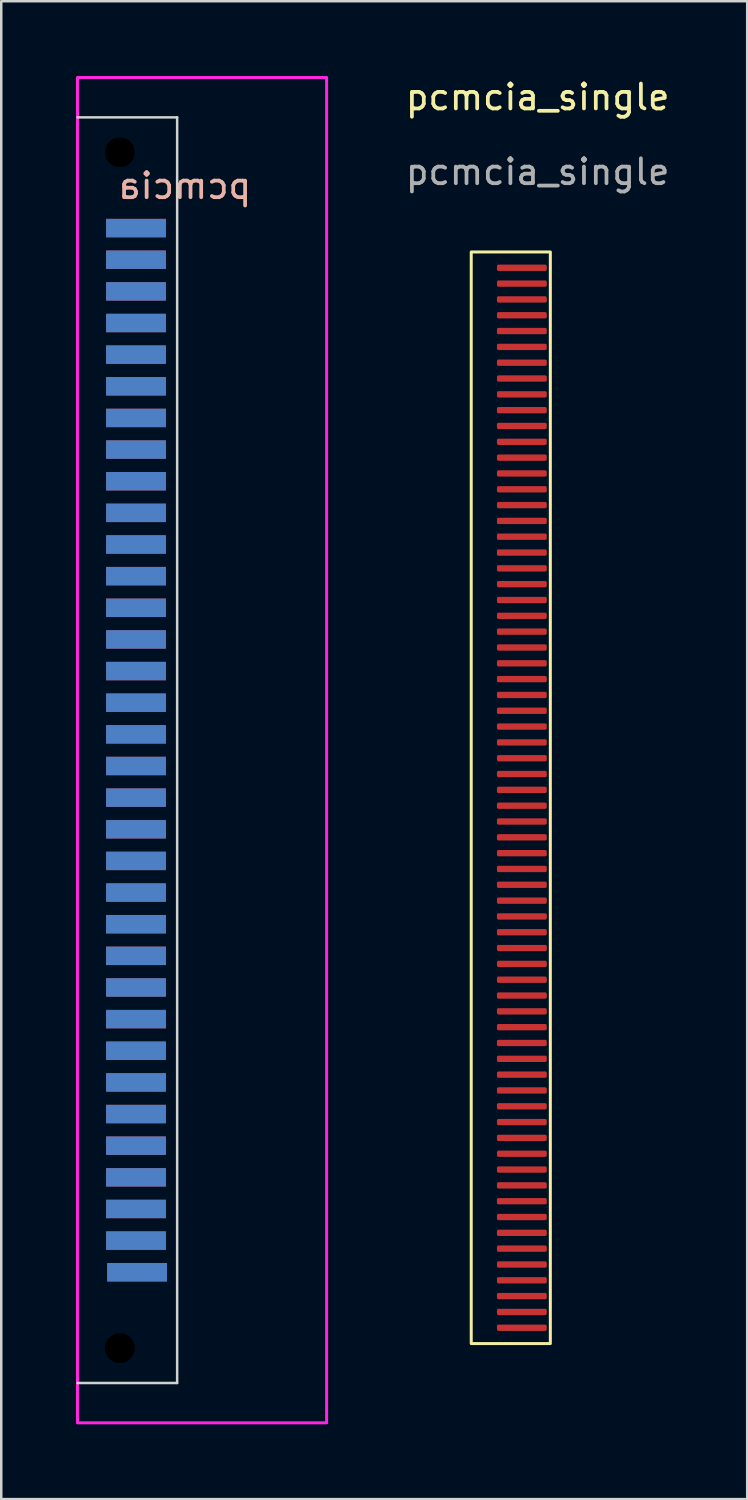
<source format=kicad_pcb>
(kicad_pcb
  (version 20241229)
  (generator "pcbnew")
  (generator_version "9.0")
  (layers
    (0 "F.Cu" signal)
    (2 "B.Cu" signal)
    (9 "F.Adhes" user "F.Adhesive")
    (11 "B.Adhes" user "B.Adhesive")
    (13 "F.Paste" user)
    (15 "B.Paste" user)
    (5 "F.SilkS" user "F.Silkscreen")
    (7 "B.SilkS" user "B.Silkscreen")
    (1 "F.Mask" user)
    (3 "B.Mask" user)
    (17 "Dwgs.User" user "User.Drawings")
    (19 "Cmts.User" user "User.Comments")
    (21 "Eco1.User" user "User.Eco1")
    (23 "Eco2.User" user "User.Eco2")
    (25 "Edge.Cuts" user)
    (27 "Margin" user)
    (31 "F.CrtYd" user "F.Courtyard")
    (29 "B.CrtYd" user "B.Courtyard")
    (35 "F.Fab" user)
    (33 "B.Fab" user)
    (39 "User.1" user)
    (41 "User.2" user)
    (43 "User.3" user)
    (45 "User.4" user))
  (footprint "pcmcia_single"
    (layer "F.Cu")
    (at 18.531 1.348)
    (property "Reference" "pcmcia_single" (at 0 -0.5 0) (unlocked yes) (layer "F.SilkS") (effects (font (size 1 1) (thickness 0.15))))
    (attr smd)
    (fp_rect (start -2.667 5.715) (end 0.508 49.53) (stroke (width 0.12) (type solid)) (fill no) (layer "F.SilkS"))
    (fp_text user "${REFERENCE}" (at 0 2.5 0) (unlocked yes) (layer "F.Fab") (effects (font (size 1 1) (thickness 0.15))))
    (pad "1" smd roundrect (at -0.635 6.35) (size 2 0.254) (layers "F.Cu" "F.Mask" "F.Paste") (roundrect_rratio 0.25))
    (pad "2" smd roundrect (at -0.635 6.985) (size 2 0.254) (layers "F.Cu" "F.Mask" "F.Paste") (roundrect_rratio 0.25))
    (pad "3" smd roundrect (at -0.635 7.62) (size 2 0.254) (layers "F.Cu" "F.Mask" "F.Paste") (roundrect_rratio 0.25))
    (pad "4" smd roundrect (at -0.635 8.255) (size 2 0.254) (layers "F.Cu" "F.Mask" "F.Paste") (roundrect_rratio 0.25))
    (pad "5" smd roundrect (at -0.635 8.89) (size 2 0.254) (layers "F.Cu" "F.Mask" "F.Paste") (roundrect_rratio 0.25))
    (pad "6" smd roundrect (at -0.635 9.525) (size 2 0.254) (layers "F.Cu" "F.Mask" "F.Paste") (roundrect_rratio 0.25))
    (pad "7" smd roundrect (at -0.635 10.16) (size 2 0.254) (layers "F.Cu" "F.Mask" "F.Paste") (roundrect_rratio 0.25))
    (pad "8" smd roundrect (at -0.635 10.795) (size 2 0.254) (layers "F.Cu" "F.Mask" "F.Paste") (roundrect_rratio 0.25))
    (pad "9" smd roundrect (at -0.635 11.43) (size 2 0.254) (layers "F.Cu" "F.Mask" "F.Paste") (roundrect_rratio 0.25))
    (pad "10" smd roundrect (at -0.635 12.065) (size 2 0.254) (layers "F.Cu" "F.Mask" "F.Paste") (roundrect_rratio 0.25))
    (pad "11" smd roundrect (at -0.635 12.7) (size 2 0.254) (layers "F.Cu" "F.Mask" "F.Paste") (roundrect_rratio 0.25))
    (pad "12" smd roundrect (at -0.635 13.335) (size 2 0.254) (layers "F.Cu" "F.Mask" "F.Paste") (roundrect_rratio 0.25))
    (pad "13" smd roundrect (at -0.635 13.97) (size 2 0.254) (layers "F.Cu" "F.Mask" "F.Paste") (roundrect_rratio 0.25))
    (pad "14" smd roundrect (at -0.635 14.605) (size 2 0.254) (layers "F.Cu" "F.Mask" "F.Paste") (roundrect_rratio 0.25))
    (pad "15" smd roundrect (at -0.635 15.24) (size 2 0.254) (layers "F.Cu" "F.Mask" "F.Paste") (roundrect_rratio 0.25))
    (pad "16" smd roundrect (at -0.635 15.875) (size 2 0.254) (layers "F.Cu" "F.Mask" "F.Paste") (roundrect_rratio 0.25))
    (pad "17" smd roundrect (at -0.635 16.51) (size 2 0.254) (layers "F.Cu" "F.Mask" "F.Paste") (roundrect_rratio 0.25))
    (pad "18" smd roundrect (at -0.635 17.145) (size 2 0.254) (layers "F.Cu" "F.Mask" "F.Paste") (roundrect_rratio 0.25))
    (pad "19" smd roundrect (at -0.635 17.78) (size 2 0.254) (layers "F.Cu" "F.Mask" "F.Paste") (roundrect_rratio 0.25))
    (pad "20" smd roundrect (at -0.635 18.415) (size 2 0.254) (layers "F.Cu" "F.Mask" "F.Paste") (roundrect_rratio 0.25))
    (pad "21" smd roundrect (at -0.635 19.05) (size 2 0.254) (layers "F.Cu" "F.Mask" "F.Paste") (roundrect_rratio 0.25))
    (pad "22" smd roundrect (at -0.635 19.685) (size 2 0.254) (layers "F.Cu" "F.Mask" "F.Paste") (roundrect_rratio 0.25))
    (pad "23" smd roundrect (at -0.635 20.32) (size 2 0.254) (layers "F.Cu" "F.Mask" "F.Paste") (roundrect_rratio 0.25))
    (pad "24" smd roundrect (at -0.635 20.955) (size 2 0.254) (layers "F.Cu" "F.Mask" "F.Paste") (roundrect_rratio 0.25))
    (pad "25" smd roundrect (at -0.635 21.59) (size 2 0.254) (layers "F.Cu" "F.Mask" "F.Paste") (roundrect_rratio 0.25))
    (pad "26" smd roundrect (at -0.635 22.225) (size 2 0.254) (layers "F.Cu" "F.Mask" "F.Paste") (roundrect_rratio 0.25))
    (pad "27" smd roundrect (at -0.635 22.86) (size 2 0.254) (layers "F.Cu" "F.Mask" "F.Paste") (roundrect_rratio 0.25))
    (pad "28" smd roundrect (at -0.635 23.495) (size 2 0.254) (layers "F.Cu" "F.Mask" "F.Paste") (roundrect_rratio 0.25))
    (pad "29" smd roundrect (at -0.635 24.13) (size 2 0.254) (layers "F.Cu" "F.Mask" "F.Paste") (roundrect_rratio 0.25))
    (pad "30" smd roundrect (at -0.635 24.765) (size 2 0.254) (layers "F.Cu" "F.Mask" "F.Paste") (roundrect_rratio 0.25))
    (pad "31" smd roundrect (at -0.635 25.4) (size 2 0.254) (layers "F.Cu" "F.Mask" "F.Paste") (roundrect_rratio 0.25))
    (pad "32" smd roundrect (at -0.635 26.035) (size 2 0.254) (layers "F.Cu" "F.Mask" "F.Paste") (roundrect_rratio 0.25))
    (pad "33" smd roundrect (at -0.635 26.67) (size 2 0.254) (layers "F.Cu" "F.Mask" "F.Paste") (roundrect_rratio 0.25))
    (pad "34" smd roundrect (at -0.635 27.305) (size 2 0.254) (layers "F.Cu" "F.Mask" "F.Paste") (roundrect_rratio 0.25))
    (pad "35" smd roundrect (at -0.635 27.94) (size 2 0.254) (layers "F.Cu" "F.Mask" "F.Paste") (roundrect_rratio 0.25))
    (pad "36" smd roundrect (at -0.635 28.575) (size 2 0.254) (layers "F.Cu" "F.Mask" "F.Paste") (roundrect_rratio 0.25))
    (pad "37" smd roundrect (at -0.635 29.21) (size 2 0.254) (layers "F.Cu" "F.Mask" "F.Paste") (roundrect_rratio 0.25))
    (pad "38" smd roundrect (at -0.635 29.845) (size 2 0.254) (layers "F.Cu" "F.Mask" "F.Paste") (roundrect_rratio 0.25))
    (pad "39" smd roundrect (at -0.635 30.48) (size 2 0.254) (layers "F.Cu" "F.Mask" "F.Paste") (roundrect_rratio 0.25))
    (pad "40" smd roundrect (at -0.635 31.115) (size 2 0.254) (layers "F.Cu" "F.Mask" "F.Paste") (roundrect_rratio 0.25))
    (pad "41" smd roundrect (at -0.635 31.75) (size 2 0.254) (layers "F.Cu" "F.Mask" "F.Paste") (roundrect_rratio 0.25))
    (pad "42" smd roundrect (at -0.635 32.385) (size 2 0.254) (layers "F.Cu" "F.Mask" "F.Paste") (roundrect_rratio 0.25))
    (pad "43" smd roundrect (at -0.635 33.02) (size 2 0.254) (layers "F.Cu" "F.Mask" "F.Paste") (roundrect_rratio 0.25))
    (pad "44" smd roundrect (at -0.635 33.655) (size 2 0.254) (layers "F.Cu" "F.Mask" "F.Paste") (roundrect_rratio 0.25))
    (pad "45" smd roundrect (at -0.635 34.29) (size 2 0.254) (layers "F.Cu" "F.Mask" "F.Paste") (roundrect_rratio 0.25))
    (pad "46" smd roundrect (at -0.635 34.925) (size 2 0.254) (layers "F.Cu" "F.Mask" "F.Paste") (roundrect_rratio 0.25))
    (pad "47" smd roundrect (at -0.635 35.56) (size 2 0.254) (layers "F.Cu" "F.Mask" "F.Paste") (roundrect_rratio 0.25))
    (pad "48" smd roundrect (at -0.635 36.195) (size 2 0.254) (layers "F.Cu" "F.Mask" "F.Paste") (roundrect_rratio 0.25))
    (pad "49" smd roundrect (at -0.635 36.83) (size 2 0.254) (layers "F.Cu" "F.Mask" "F.Paste") (roundrect_rratio 0.25))
    (pad "50" smd roundrect (at -0.635 37.465) (size 2 0.254) (layers "F.Cu" "F.Mask" "F.Paste") (roundrect_rratio 0.25))
    (pad "51" smd roundrect (at -0.635 38.1) (size 2 0.254) (layers "F.Cu" "F.Mask" "F.Paste") (roundrect_rratio 0.25))
    (pad "52" smd roundrect (at -0.635 38.735) (size 2 0.254) (layers "F.Cu" "F.Mask" "F.Paste") (roundrect_rratio 0.25))
    (pad "53" smd roundrect (at -0.635 39.37) (size 2 0.254) (layers "F.Cu" "F.Mask" "F.Paste") (roundrect_rratio 0.25))
    (pad "54" smd roundrect (at -0.635 40.005) (size 2 0.254) (layers "F.Cu" "F.Mask" "F.Paste") (roundrect_rratio 0.25))
    (pad "55" smd roundrect (at -0.635 40.64) (size 2 0.254) (layers "F.Cu" "F.Mask" "F.Paste") (roundrect_rratio 0.25))
    (pad "56" smd roundrect (at -0.635 41.275) (size 2 0.254) (layers "F.Cu" "F.Mask" "F.Paste") (roundrect_rratio 0.25))
    (pad "57" smd roundrect (at -0.635 41.91) (size 2 0.254) (layers "F.Cu" "F.Mask" "F.Paste") (roundrect_rratio 0.25))
    (pad "58" smd roundrect (at -0.635 42.545) (size 2 0.254) (layers "F.Cu" "F.Mask" "F.Paste") (roundrect_rratio 0.25))
    (pad "59" smd roundrect (at -0.635 43.18) (size 2 0.254) (layers "F.Cu" "F.Mask" "F.Paste") (roundrect_rratio 0.25))
    (pad "60" smd roundrect (at -0.635 43.815) (size 2 0.254) (layers "F.Cu" "F.Mask" "F.Paste") (roundrect_rratio 0.25))
    (pad "61" smd roundrect (at -0.635 44.45) (size 2 0.254) (layers "F.Cu" "F.Mask" "F.Paste") (roundrect_rratio 0.25))
    (pad "62" smd roundrect (at -0.635 45.085) (size 2 0.254) (layers "F.Cu" "F.Mask" "F.Paste") (roundrect_rratio 0.25))
    (pad "63" smd roundrect (at -0.635 45.72) (size 2 0.254) (layers "F.Cu" "F.Mask" "F.Paste") (roundrect_rratio 0.25))
    (pad "64" smd roundrect (at -0.635 46.355) (size 2 0.254) (layers "F.Cu" "F.Mask" "F.Paste") (roundrect_rratio 0.25))
    (pad "65" smd roundrect (at -0.635 46.99) (size 2 0.254) (layers "F.Cu" "F.Mask" "F.Paste") (roundrect_rratio 0.25))
    (pad "66" smd roundrect (at -0.635 47.625) (size 2 0.254) (layers "F.Cu" "F.Mask" "F.Paste") (roundrect_rratio 0.25))
    (pad "67" smd roundrect (at -0.635 48.26) (size 2 0.254) (layers "F.Cu" "F.Mask" "F.Paste") (roundrect_rratio 0.25))
    (pad "68" smd roundrect (at -0.635 48.895) (size 2 0.254) (layers "F.Cu" "F.Mask" "F.Paste") (roundrect_rratio 0.25)))
  (footprint "pcmcia"
    (layer "F.Cu")
    (at 4.06 27.06)
    (property "Reference" "pcmcia" (at 0.299 -22.65 0) (layer "B.SilkS") (effects (font (size 1 1) (thickness 0.15)) (justify mirror)))
    (attr smd)
    (fp_line (start 0 -25.4) (end -4 -25.4) (stroke (width 0.1) (type solid)) (layer "Edge.Cuts"))
    (fp_line (start 0 -25.4) (end 0 25.4) (stroke (width 0.1) (type solid)) (layer "Edge.Cuts"))
    (fp_line (start 0 25.4) (end -4 25.4) (stroke (width 0.1) (type solid)) (layer "Edge.Cuts"))
    (fp_rect (start 6 -27) (end -4 27) (stroke (width 0.12) (type solid)) (fill no) (layer "F.CrtYd"))
    (pad "" np_thru_hole circle (at -2.3 -24) (size 1.2 1.2) (drill 1.2) (layers "*.Mask"))
    (pad "" np_thru_hole circle (at -2.3 24) (size 1.2 1.2) (drill 1.2) (layers "*.Mask"))
    (pad "1" smd rect (at -1.651 -20.955) (size 2.4 0.74) (layers "F.Cu" "F.Mask" "F.Paste"))
    (pad "2" smd rect (at -1.651 -19.685) (size 2.4 0.74) (layers "F.Cu" "F.Mask" "F.Paste"))
    (pad "3" smd rect (at -1.651 -18.415) (size 2.4 0.74) (layers "F.Cu" "F.Mask" "F.Paste"))
    (pad "4" smd rect (at -1.651 -17.145) (size 2.4 0.74) (layers "F.Cu" "F.Mask" "F.Paste"))
    (pad "5" smd rect (at -1.651 -15.875) (size 2.4 0.74) (layers "F.Cu" "F.Mask" "F.Paste"))
    (pad "6" smd rect (at -1.651 -14.605) (size 2.4 0.74) (layers "F.Cu" "F.Mask" "F.Paste"))
    (pad "7" smd rect (at -1.651 -13.335) (size 2.4 0.74) (layers "F.Cu" "F.Mask" "F.Paste"))
    (pad "8" smd rect (at -1.651 -12.065) (size 2.4 0.74) (layers "F.Cu" "F.Mask" "F.Paste"))
    (pad "9" smd rect (at -1.651 -10.795) (size 2.4 0.74) (layers "F.Cu" "F.Mask" "F.Paste"))
    (pad "10" smd rect (at -1.651 -9.525) (size 2.4 0.74) (layers "F.Cu" "F.Mask" "F.Paste"))
    (pad "11" smd rect (at -1.651 -8.255) (size 2.4 0.74) (layers "F.Cu" "F.Mask" "F.Paste"))
    (pad "12" smd rect (at -1.651 -6.985) (size 2.4 0.74) (layers "F.Cu" "F.Mask" "F.Paste"))
    (pad "13" smd rect (at -1.651 -5.715) (size 2.4 0.74) (layers "F.Cu" "F.Mask" "F.Paste"))
    (pad "14" smd rect (at -1.651 -4.445) (size 2.4 0.74) (layers "F.Cu" "F.Mask" "F.Paste"))
    (pad "15" smd rect (at -1.651 -3.175) (size 2.4 0.74) (layers "F.Cu" "F.Mask" "F.Paste"))
    (pad "16" smd rect (at -1.651 -1.905) (size 2.4 0.74) (layers "F.Cu" "F.Mask" "F.Paste"))
    (pad "17" smd rect (at -1.651 -0.635) (size 2.4 0.74) (layers "F.Cu" "F.Mask" "F.Paste"))
    (pad "18" smd rect (at -1.651 0.635) (size 2.4 0.74) (layers "F.Cu" "F.Mask" "F.Paste"))
    (pad "19" smd rect (at -1.651 1.905) (size 2.4 0.74) (layers "F.Cu" "F.Mask" "F.Paste"))
    (pad "20" smd rect (at -1.651 3.175) (size 2.4 0.74) (layers "F.Cu" "F.Mask" "F.Paste"))
    (pad "21" smd rect (at -1.651 4.445) (size 2.4 0.74) (layers "F.Cu" "F.Mask" "F.Paste"))
    (pad "22" smd rect (at -1.651 5.715) (size 2.4 0.74) (layers "F.Cu" "F.Mask" "F.Paste"))
    (pad "23" smd rect (at -1.651 6.985) (size 2.4 0.74) (layers "F.Cu" "F.Mask" "F.Paste"))
    (pad "24" smd rect (at -1.651 8.255) (size 2.4 0.74) (layers "F.Cu" "F.Mask" "F.Paste"))
    (pad "25" smd rect (at -1.651 9.525) (size 2.4 0.74) (layers "F.Cu" "F.Mask" "F.Paste"))
    (pad "26" smd rect (at -1.651 10.795) (size 2.4 0.74) (layers "F.Cu" "F.Mask" "F.Paste"))
    (pad "27" smd rect (at -1.651 12.065) (size 2.4 0.74) (layers "F.Cu" "F.Mask" "F.Paste"))
    (pad "28" smd rect (at -1.651 13.335) (size 2.4 0.74) (layers "F.Cu" "F.Mask" "F.Paste"))
    (pad "29" smd rect (at -1.651 14.605) (size 2.4 0.74) (layers "F.Cu" "F.Mask" "F.Paste"))
    (pad "30" smd rect (at -1.651 15.875) (size 2.4 0.74) (layers "F.Cu" "F.Mask" "F.Paste"))
    (pad "31" smd rect (at -1.651 17.145) (size 2.4 0.74) (layers "F.Cu" "F.Mask" "F.Paste"))
    (pad "32" smd rect (at -1.651 18.415) (size 2.4 0.74) (layers "F.Cu" "F.Mask" "F.Paste"))
    (pad "33" smd rect (at -1.651 19.685) (size 2.4 0.74) (layers "F.Cu" "F.Mask" "F.Paste"))
    (pad "34" smd rect (at -1.606 20.955) (size 2.4 0.74) (layers "F.Cu" "F.Mask" "F.Paste"))
    (pad "35" smd rect (at -1.651 -20.955) (size 2.4 0.74) (layers "B.Cu" "B.Mask" "B.Paste"))
    (pad "36" smd rect (at -1.651 -19.685) (size 2.4 0.74) (layers "B.Cu" "B.Mask" "B.Paste"))
    (pad "37" smd rect (at -1.651 -18.415) (size 2.4 0.74) (layers "B.Cu" "B.Mask" "B.Paste"))
    (pad "38" smd rect (at -1.651 -17.145) (size 2.4 0.74) (layers "B.Cu" "B.Mask" "B.Paste"))
    (pad "39" smd rect (at -1.651 -15.875) (size 2.4 0.74) (layers "B.Cu" "B.Mask" "B.Paste"))
    (pad "40" smd rect (at -1.651 -14.605) (size 2.4 0.74) (layers "B.Cu" "B.Mask" "B.Paste"))
    (pad "41" smd rect (at -1.651 -13.335) (size 2.4 0.74) (layers "B.Cu" "B.Mask" "B.Paste"))
    (pad "42" smd rect (at -1.651 -12.065) (size 2.4 0.74) (layers "B.Cu" "B.Mask" "B.Paste"))
    (pad "43" smd rect (at -1.651 -10.795) (size 2.4 0.74) (layers "B.Cu" "B.Mask" "B.Paste"))
    (pad "44" smd rect (at -1.651 -9.525) (size 2.4 0.74) (layers "B.Cu" "B.Mask" "B.Paste"))
    (pad "45" smd rect (at -1.651 -8.255) (size 2.4 0.74) (layers "B.Cu" "B.Mask" "B.Paste"))
    (pad "46" smd rect (at -1.651 -6.985) (size 2.4 0.74) (layers "B.Cu" "B.Mask" "B.Paste"))
    (pad "47" smd rect (at -1.651 -5.715) (size 2.4 0.74) (layers "B.Cu" "B.Mask" "B.Paste"))
    (pad "48" smd rect (at -1.651 -4.445) (size 2.4 0.74) (layers "B.Cu" "B.Mask" "B.Paste"))
    (pad "49" smd rect (at -1.651 -3.175) (size 2.4 0.74) (layers "B.Cu" "B.Mask" "B.Paste"))
    (pad "50" smd rect (at -1.651 -1.905) (size 2.4 0.74) (layers "B.Cu" "B.Mask" "B.Paste"))
    (pad "51" smd rect (at -1.651 -0.635) (size 2.4 0.74) (layers "B.Cu" "B.Mask" "B.Paste"))
    (pad "52" smd rect (at -1.651 0.635) (size 2.4 0.74) (layers "B.Cu" "B.Mask" "B.Paste"))
    (pad "53" smd rect (at -1.651 1.905) (size 2.4 0.74) (layers "B.Cu" "B.Mask" "B.Paste"))
    (pad "54" smd rect (at -1.651 3.175) (size 2.4 0.74) (layers "B.Cu" "B.Mask" "B.Paste"))
    (pad "55" smd rect (at -1.651 4.445) (size 2.4 0.74) (layers "B.Cu" "B.Mask" "B.Paste"))
    (pad "56" smd rect (at -1.651 5.715) (size 2.4 0.74) (layers "B.Cu" "B.Mask" "B.Paste"))
    (pad "57" smd rect (at -1.651 6.985) (size 2.4 0.74) (layers "B.Cu" "B.Mask" "B.Paste"))
    (pad "58" smd rect (at -1.651 8.255) (size 2.4 0.74) (layers "B.Cu" "B.Mask" "B.Paste"))
    (pad "59" smd rect (at -1.651 9.525) (size 2.4 0.74) (layers "B.Cu" "B.Mask" "B.Paste"))
    (pad "60" smd rect (at -1.651 10.795) (size 2.4 0.74) (layers "B.Cu" "B.Mask" "B.Paste"))
    (pad "61" smd rect (at -1.651 12.065) (size 2.4 0.74) (layers "B.Cu" "B.Mask" "B.Paste"))
    (pad "62" smd rect (at -1.651 13.335) (size 2.4 0.74) (layers "B.Cu" "B.Mask" "B.Paste"))
    (pad "63" smd rect (at -1.651 14.605) (size 2.4 0.74) (layers "B.Cu" "B.Mask" "B.Paste"))
    (pad "64" smd rect (at -1.651 15.875) (size 2.4 0.74) (layers "B.Cu" "B.Mask" "B.Paste"))
    (pad "65" smd rect (at -1.651 17.145) (size 2.4 0.74) (layers "B.Cu" "B.Mask" "B.Paste"))
    (pad "66" smd rect (at -1.651 18.415) (size 2.4 0.74) (layers "B.Cu" "B.Mask" "B.Paste"))
    (pad "67" smd rect (at -1.651 19.685) (size 2.4 0.74) (layers "B.Cu" "B.Mask" "B.Paste"))
    (pad "68" smd rect (at -1.606 20.955) (size 2.4 0.74) (layers "B.Cu" "B.Mask" "B.Paste")))
  (gr_rect
    (start -3 -3)
    (end 26.941 57.12)
    (stroke (width 0.1) (type default))
    (fill no)
    (layer "Edge.Cuts")))
</source>
